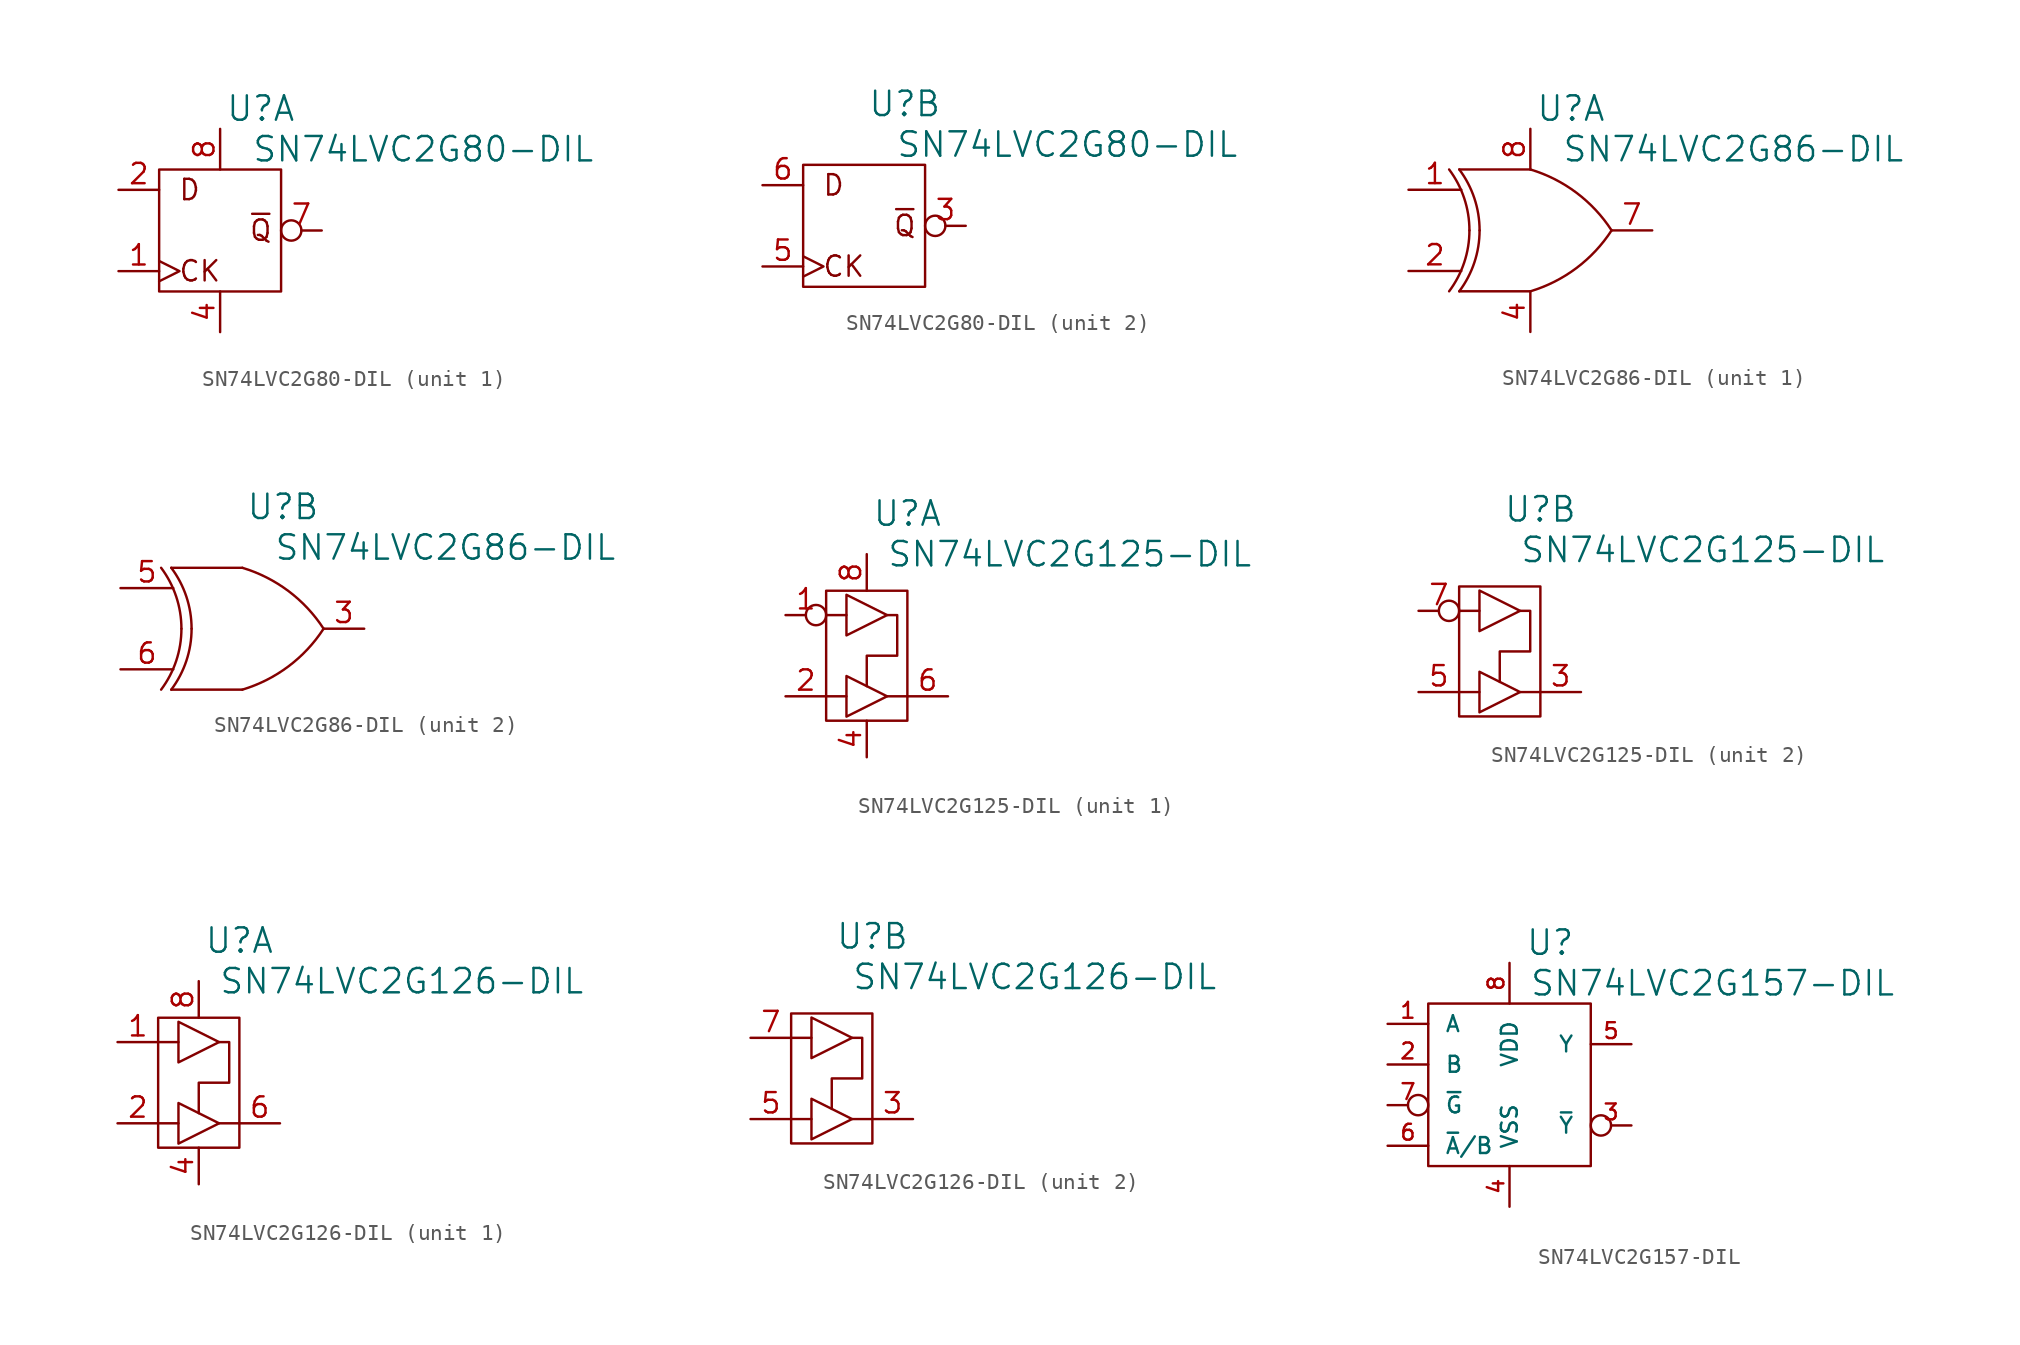
<source format=kicad_sym>
(kicad_symbol_lib
  (version 20220914)
  (generator kicad_symbol_editor)
  (symbol "SN74LVC2G80-DIL"
    (pin_names
      (offset 1.016) hide)
    (property "Reference" "U"
      (at 2.54 7.62 0)
      (effects (font (size 1.524 1.524))))
    (property "Value" "SN74LVC2G80-DIL"
      (at 12.7 5.08 0)
      (effects (font (size 1.524 1.524))))
    (property "Footprint" ""
      (at 0 0 0)
      (effects (font (size 1.524 1.524))))
    (property "Datasheet" ""
      (at 0 0 0)
      (effects (font (size 1.524 1.524))))
    (property "ki_locked" ""
      (at 0 0 0)
      (effects (font (size 1.27 1.27))))
    (symbol "SN74LVC2G80-DIL_0_0"
      (text "CK" (at -1.27 -2.54 0) (effects (font (size 1.27 1.27))))
      (text "D" (at -1.905 2.54 0) (effects (font (size 1.27 1.27))))
      (text "~{Q}" (at 2.54 0 0) (effects (font (size 1.27 1.27)))))
    (symbol "SN74LVC2G80-DIL_0_1"
      (rectangle (start -3.81 3.81) (end 3.81 -3.81) (stroke (width 0) (type solid)) (fill (type none))))
    (symbol "SN74LVC2G80-DIL_1_1"
      (pin passive clock (at -6.35 -2.54 0) (length 2.54) (name "1CLK" (effects (font (size 1.27 1.27)))) (number "1" (effects (font (size 1.27 1.27)))))
      (pin passive line (at -6.35 2.54 0) (length 2.54) (name "1D" (effects (font (size 1.27 1.27)))) (number "2" (effects (font (size 1.27 1.27)))))
      (pin passive line (at 0 -6.35 90) (length 2.54) (name "VSS" (effects (font (size 1.27 1.27)))) (number "4" (effects (font (size 1.27 1.27)))))
      (pin passive inverted (at 6.35 0 180) (length 2.54) (name "~{1Q}" (effects (font (size 1.27 1.27)))) (number "7" (effects (font (size 1.27 1.27)))))
      (pin passive line (at 0 6.35 270) (length 2.54) (name "VDD" (effects (font (size 1.27 1.27)))) (number "8" (effects (font (size 1.27 1.27))))))
    (symbol "SN74LVC2G80-DIL_2_1"
      (pin passive inverted (at 6.35 0 180) (length 2.54) (name "~{2Q}" (effects (font (size 1.27 1.27)))) (number "3" (effects (font (size 1.27 1.27)))))
      (pin passive clock (at -6.35 -2.54 0) (length 2.54) (name "2CLK" (effects (font (size 1.27 1.27)))) (number "5" (effects (font (size 1.27 1.27)))))
      (pin passive line (at -6.35 2.54 0) (length 2.54) (name "2D" (effects (font (size 1.27 1.27)))) (number "6" (effects (font (size 1.27 1.27)))))))
  (symbol "SN74LVC2G86-DIL"
    (pin_names
      (offset 1.016) hide)
    (property "Reference" "U"
      (at 2.54 7.62 0)
      (effects (font (size 1.524 1.524))))
    (property "Value" "SN74LVC2G86-DIL"
      (at 12.7 5.08 0)
      (effects (font (size 1.524 1.524))))
    (property "Footprint" ""
      (at 0 0 0)
      (effects (font (size 1.524 1.524))))
    (property "Datasheet" ""
      (at 0 0 0)
      (effects (font (size 1.524 1.524))))
    (property "ki_locked" ""
      (at 0 0 0)
      (effects (font (size 1.27 1.27))))
    (symbol "SN74LVC2G86-DIL_0_1"
      (arc (start -5.08 -3.81) (mid -4.1359 -2.008) (end -3.81 0) (stroke (width 0) (type solid)) (fill (type none)))
      (arc (start -4.445 -3.81) (mid -3.5009 -2.008) (end -3.175 0) (stroke (width 0) (type solid)) (fill (type none)))
      (arc (start -3.81 0) (mid -4.1359 2.008) (end -5.08 3.81) (stroke (width 0) (type solid)) (fill (type none)))
      (arc (start -3.175 0) (mid -3.5009 2.008) (end -4.445 3.81) (stroke (width 0) (type solid)) (fill (type none)))
      (arc (start 0 -3.81) (mid 2.8791 -2.3571) (end 5.08 0) (stroke (width 0) (type solid)) (fill (type none)))
      (polyline (pts (xy 0 3.81) (xy -4.445 3.81)) (stroke (width 0) (type solid)) (fill (type none)))
      (polyline (pts (xy -4.445 -3.81) (xy 0 -3.81) (xy 0 -3.81)) (stroke (width 0) (type solid)) (fill (type none)))
      (arc (start 5.08 0) (mid 2.8791 2.3571) (end 0 3.81) (stroke (width 0) (type solid)) (fill (type none))))
    (symbol "SN74LVC2G86-DIL_1_1"
      (pin passive line (at -7.62 2.54 0) (length 3.302) (name "1A" (effects (font (size 1.27 1.27)))) (number "1" (effects (font (size 1.27 1.27)))))
      (pin passive line (at -7.62 -2.54 0) (length 3.302) (name "1B" (effects (font (size 1.27 1.27)))) (number "2" (effects (font (size 1.27 1.27)))))
      (pin passive line (at 0 -6.35 90) (length 2.54) (name "VSS" (effects (font (size 1.27 1.27)))) (number "4" (effects (font (size 1.27 1.27)))))
      (pin passive line (at 7.62 0 180) (length 2.54) (name "1Y" (effects (font (size 1.27 1.27)))) (number "7" (effects (font (size 1.27 1.27)))))
      (pin passive line (at 0 6.35 270) (length 2.54) (name "VDD" (effects (font (size 1.27 1.27)))) (number "8" (effects (font (size 1.27 1.27))))))
    (symbol "SN74LVC2G86-DIL_2_1"
      (pin passive line (at 7.62 0 180) (length 2.54) (name "2Y" (effects (font (size 1.27 1.27)))) (number "3" (effects (font (size 1.27 1.27)))))
      (pin passive line (at -7.62 2.54 0) (length 3.302) (name "2A" (effects (font (size 1.27 1.27)))) (number "5" (effects (font (size 1.27 1.27)))))
      (pin passive line (at -7.62 -2.54 0) (length 3.302) (name "2B" (effects (font (size 1.27 1.27)))) (number "6" (effects (font (size 1.27 1.27)))))))
  (symbol "SN74LVC2G125-DIL"
    (pin_names
      (offset 1.016) hide)
    (property "Reference" "U"
      (at 2.54 8.89 0)
      (effects (font (size 1.524 1.524))))
    (property "Value" "SN74LVC2G125-DIL"
      (at 12.7 6.35 0)
      (effects (font (size 1.524 1.524))))
    (property "Footprint" ""
      (at 0 0 0)
      (effects (font (size 1.524 1.524))))
    (property "Datasheet" ""
      (at 0 0 0)
      (effects (font (size 1.524 1.524))))
    (property "ki_locked" ""
      (at 0 0 0)
      (effects (font (size 1.27 1.27))))
    (symbol "SN74LVC2G125-DIL_0_0"
      (polyline (pts (xy -2.54 -2.54) (xy -1.27 -2.54)) (stroke (width 0) (type solid)) (fill (type none)))
      (polyline (pts (xy -1.27 2.54) (xy -2.54 2.54)) (stroke (width 0) (type solid)) (fill (type none)))
      (polyline (pts (xy 1.27 -2.54) (xy 2.54 -2.54)) (stroke (width 0) (type solid)) (fill (type none)))
      (polyline (pts (xy 1.27 2.54) (xy 1.905 2.54) (xy 1.905 0) (xy 0 0) (xy 0 -1.905)) (stroke (width 0) (type solid)) (fill (type none))))
    (symbol "SN74LVC2G125-DIL_0_1"
      (rectangle (start -2.54 -4.064) (end 2.54 4.064) (stroke (width 0) (type solid)) (fill (type none)))
      (polyline (pts (xy -1.27 -1.27) (xy 1.27 -2.54) (xy -1.27 -3.81) (xy -1.27 -1.27)) (stroke (width 0) (type solid)) (fill (type none)))
      (polyline (pts (xy -1.27 3.81) (xy 1.27 2.54) (xy -1.27 1.27) (xy -1.27 3.81)) (stroke (width 0) (type solid)) (fill (type none))))
    (symbol "SN74LVC2G125-DIL_1_1"
      (pin passive inverted (at -5.08 2.54 0) (length 2.54) (name "~{1OE}" (effects (font (size 1.27 1.27)))) (number "1" (effects (font (size 1.27 1.27)))))
      (pin passive line (at -5.08 -2.54 0) (length 2.54) (name "1A" (effects (font (size 1.27 1.27)))) (number "2" (effects (font (size 1.27 1.27)))))
      (pin passive line (at 0 -6.35 90) (length 2.286) (name "VSS" (effects (font (size 1.27 1.27)))) (number "4" (effects (font (size 1.27 1.27)))))
      (pin passive line (at 5.08 -2.54 180) (length 2.54) (name "1Y" (effects (font (size 1.27 1.27)))) (number "6" (effects (font (size 1.27 1.27)))))
      (pin passive line (at 0 6.35 270) (length 2.286) (name "VDD" (effects (font (size 1.27 1.27)))) (number "8" (effects (font (size 1.27 1.27))))))
    (symbol "SN74LVC2G125-DIL_2_1"
      (pin passive line (at 5.08 -2.54 180) (length 2.54) (name "2Y" (effects (font (size 1.27 1.27)))) (number "3" (effects (font (size 1.27 1.27)))))
      (pin passive line (at -5.08 -2.54 0) (length 2.54) (name "2A" (effects (font (size 1.27 1.27)))) (number "5" (effects (font (size 1.27 1.27)))))
      (pin passive inverted (at -5.08 2.54 0) (length 2.54) (name "~{2OE}" (effects (font (size 1.27 1.27)))) (number "7" (effects (font (size 1.27 1.27)))))))
  (symbol "SN74LVC2G126-DIL"
    (pin_names
      (offset 1.016) hide)
    (property "Reference" "U"
      (at 2.54 8.89 0)
      (effects (font (size 1.524 1.524))))
    (property "Value" "SN74LVC2G126-DIL"
      (at 12.7 6.35 0)
      (effects (font (size 1.524 1.524))))
    (property "Footprint" ""
      (at 0 0 0)
      (effects (font (size 1.524 1.524))))
    (property "Datasheet" ""
      (at 0 0 0)
      (effects (font (size 1.524 1.524))))
    (property "ki_locked" ""
      (at 0 0 0)
      (effects (font (size 1.27 1.27))))
    (symbol "SN74LVC2G126-DIL_0_0"
      (polyline (pts (xy -2.54 -2.54) (xy -1.27 -2.54)) (stroke (width 0) (type solid)) (fill (type none)))
      (polyline (pts (xy -1.27 2.54) (xy -2.54 2.54)) (stroke (width 0) (type solid)) (fill (type none)))
      (polyline (pts (xy 1.27 -2.54) (xy 2.54 -2.54)) (stroke (width 0) (type solid)) (fill (type none)))
      (polyline (pts (xy 1.27 2.54) (xy 1.905 2.54) (xy 1.905 0) (xy 0 0) (xy 0 -1.905)) (stroke (width 0) (type solid)) (fill (type none))))
    (symbol "SN74LVC2G126-DIL_0_1"
      (rectangle (start -2.54 -4.064) (end 2.54 4.064) (stroke (width 0) (type solid)) (fill (type none)))
      (polyline (pts (xy -1.27 -1.27) (xy 1.27 -2.54) (xy -1.27 -3.81) (xy -1.27 -1.27)) (stroke (width 0) (type solid)) (fill (type none)))
      (polyline (pts (xy -1.27 3.81) (xy 1.27 2.54) (xy -1.27 1.27) (xy -1.27 3.81)) (stroke (width 0) (type solid)) (fill (type none))))
    (symbol "SN74LVC2G126-DIL_1_1"
      (pin passive line (at -5.08 2.54 0) (length 2.54) (name "1OE" (effects (font (size 1.27 1.27)))) (number "1" (effects (font (size 1.27 1.27)))))
      (pin passive line (at -5.08 -2.54 0) (length 2.54) (name "1A" (effects (font (size 1.27 1.27)))) (number "2" (effects (font (size 1.27 1.27)))))
      (pin passive line (at 0 -6.35 90) (length 2.286) (name "VSS" (effects (font (size 1.27 1.27)))) (number "4" (effects (font (size 1.27 1.27)))))
      (pin passive line (at 5.08 -2.54 180) (length 2.54) (name "1Y" (effects (font (size 1.27 1.27)))) (number "6" (effects (font (size 1.27 1.27)))))
      (pin passive line (at 0 6.35 270) (length 2.286) (name "VDD" (effects (font (size 1.27 1.27)))) (number "8" (effects (font (size 1.27 1.27))))))
    (symbol "SN74LVC2G126-DIL_2_1"
      (pin passive line (at 5.08 -2.54 180) (length 2.54) (name "2Y" (effects (font (size 1.27 1.27)))) (number "3" (effects (font (size 1.27 1.27)))))
      (pin passive line (at -5.08 -2.54 0) (length 2.54) (name "2A" (effects (font (size 1.27 1.27)))) (number "5" (effects (font (size 1.27 1.27)))))
      (pin passive line (at -5.08 2.54 0) (length 2.54) (name "2OE" (effects (font (size 1.27 1.27)))) (number "7" (effects (font (size 1.27 1.27)))))))
  (symbol "SN74LVC2G157-DIL"
    (pin_names
      (offset 1.016))
    (property "Reference" "U"
      (at 2.54 8.89 0)
      (effects (font (size 1.524 1.524))))
    (property "Value" "SN74LVC2G157-DIL"
      (at 12.7 6.35 0)
      (effects (font (size 1.524 1.524))))
    (property "Footprint" ""
      (at 0 0 0)
      (effects (font (size 1.524 1.524))))
    (property "Datasheet" ""
      (at 0 0 0)
      (effects (font (size 1.524 1.524))))
    (symbol "SN74LVC2G157-DIL_0_1"
      (rectangle (start -5.08 5.08) (end 5.08 -5.08) (stroke (width 0) (type solid)) (fill (type none))))
    (symbol "SN74LVC2G157-DIL_1_1"
      (pin passive line (at -7.62 3.81 0) (length 2.54) (name "A" (effects (font (size 0.991 0.991)))) (number "1" (effects (font (size 0.991 0.991)))))
      (pin passive line (at -7.62 1.27 0) (length 2.54) (name "B" (effects (font (size 0.991 0.991)))) (number "2" (effects (font (size 0.991 0.991)))))
      (pin passive inverted (at 7.62 -2.54 180) (length 2.54) (name "~{Y}" (effects (font (size 0.991 0.991)))) (number "3" (effects (font (size 0.991 0.991)))))
      (pin passive line (at 0 -7.62 90) (length 2.54) (name "VSS" (effects (font (size 0.991 0.991)))) (number "4" (effects (font (size 0.991 0.991)))))
      (pin passive line (at 7.62 2.54 180) (length 2.54) (name "Y" (effects (font (size 0.991 0.991)))) (number "5" (effects (font (size 0.991 0.991)))))
      (pin passive line (at -7.62 -3.81 0) (length 2.54) (name "~{A}/B" (effects (font (size 0.991 0.991)))) (number "6" (effects (font (size 0.991 0.991)))))
      (pin passive inverted (at -7.62 -1.27 0) (length 2.54) (name "~{G}" (effects (font (size 0.991 0.991)))) (number "7" (effects (font (size 0.991 0.991)))))
      (pin passive line (at 0 7.62 270) (length 2.54) (name "VDD" (effects (font (size 0.991 0.991)))) (number "8" (effects (font (size 0.991 0.991))))))))
</source>
